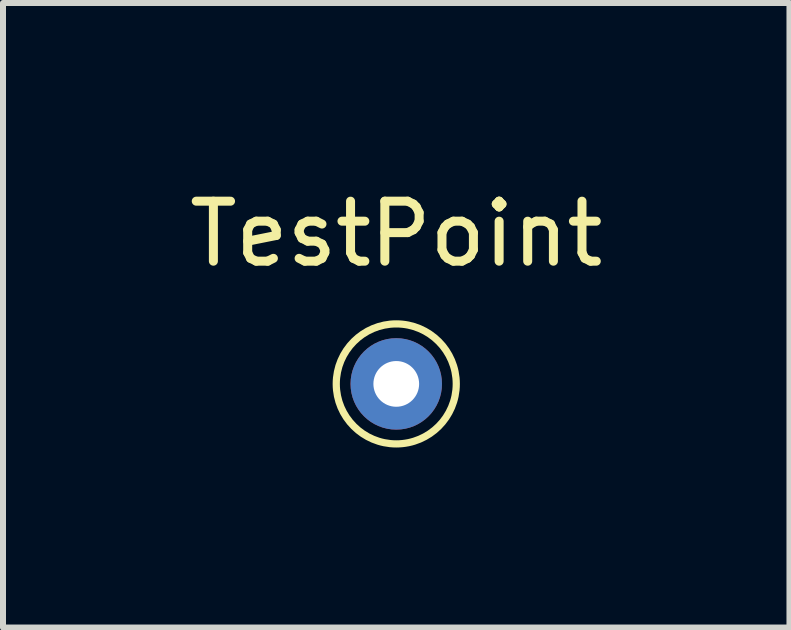
<source format=kicad_pcb>
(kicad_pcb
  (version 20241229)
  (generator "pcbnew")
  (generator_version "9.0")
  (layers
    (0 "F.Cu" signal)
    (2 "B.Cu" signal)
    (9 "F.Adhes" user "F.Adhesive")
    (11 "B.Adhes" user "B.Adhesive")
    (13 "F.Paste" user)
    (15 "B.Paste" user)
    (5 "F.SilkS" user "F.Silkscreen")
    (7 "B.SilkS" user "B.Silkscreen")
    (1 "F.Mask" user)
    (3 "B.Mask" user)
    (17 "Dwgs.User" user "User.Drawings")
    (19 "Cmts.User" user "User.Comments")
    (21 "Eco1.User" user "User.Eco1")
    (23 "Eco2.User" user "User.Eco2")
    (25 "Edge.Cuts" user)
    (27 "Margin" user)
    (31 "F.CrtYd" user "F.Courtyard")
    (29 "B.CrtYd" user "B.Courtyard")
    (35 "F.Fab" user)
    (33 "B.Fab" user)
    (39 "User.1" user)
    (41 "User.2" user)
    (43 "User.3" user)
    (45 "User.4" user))
  (footprint "TestPoint"
    (layer "F.Cu")
    (at 3.554 0.348)
    (property "Reference" "TestPoint" (at 0 0.5 0) (layer "F.SilkS") (effects (font (size 1 1) (thickness 0.15))))
    (attr through_hole)
    (fp_circle (center 0 3) (end 1 3) (stroke (width 0.12) (type solid)) (fill no) (layer "F.SilkS"))
    (pad "1" thru_hole circle (at 0 3) (size 1.524 1.524) (drill 0.762) (layers "*.Cu" "*.Mask")))
  (gr_rect
    (start -3 -3)
    (end 10.107 7.408)
    (stroke (width 0.1) (type default))
    (fill no)
    (layer "Edge.Cuts")))
</source>
